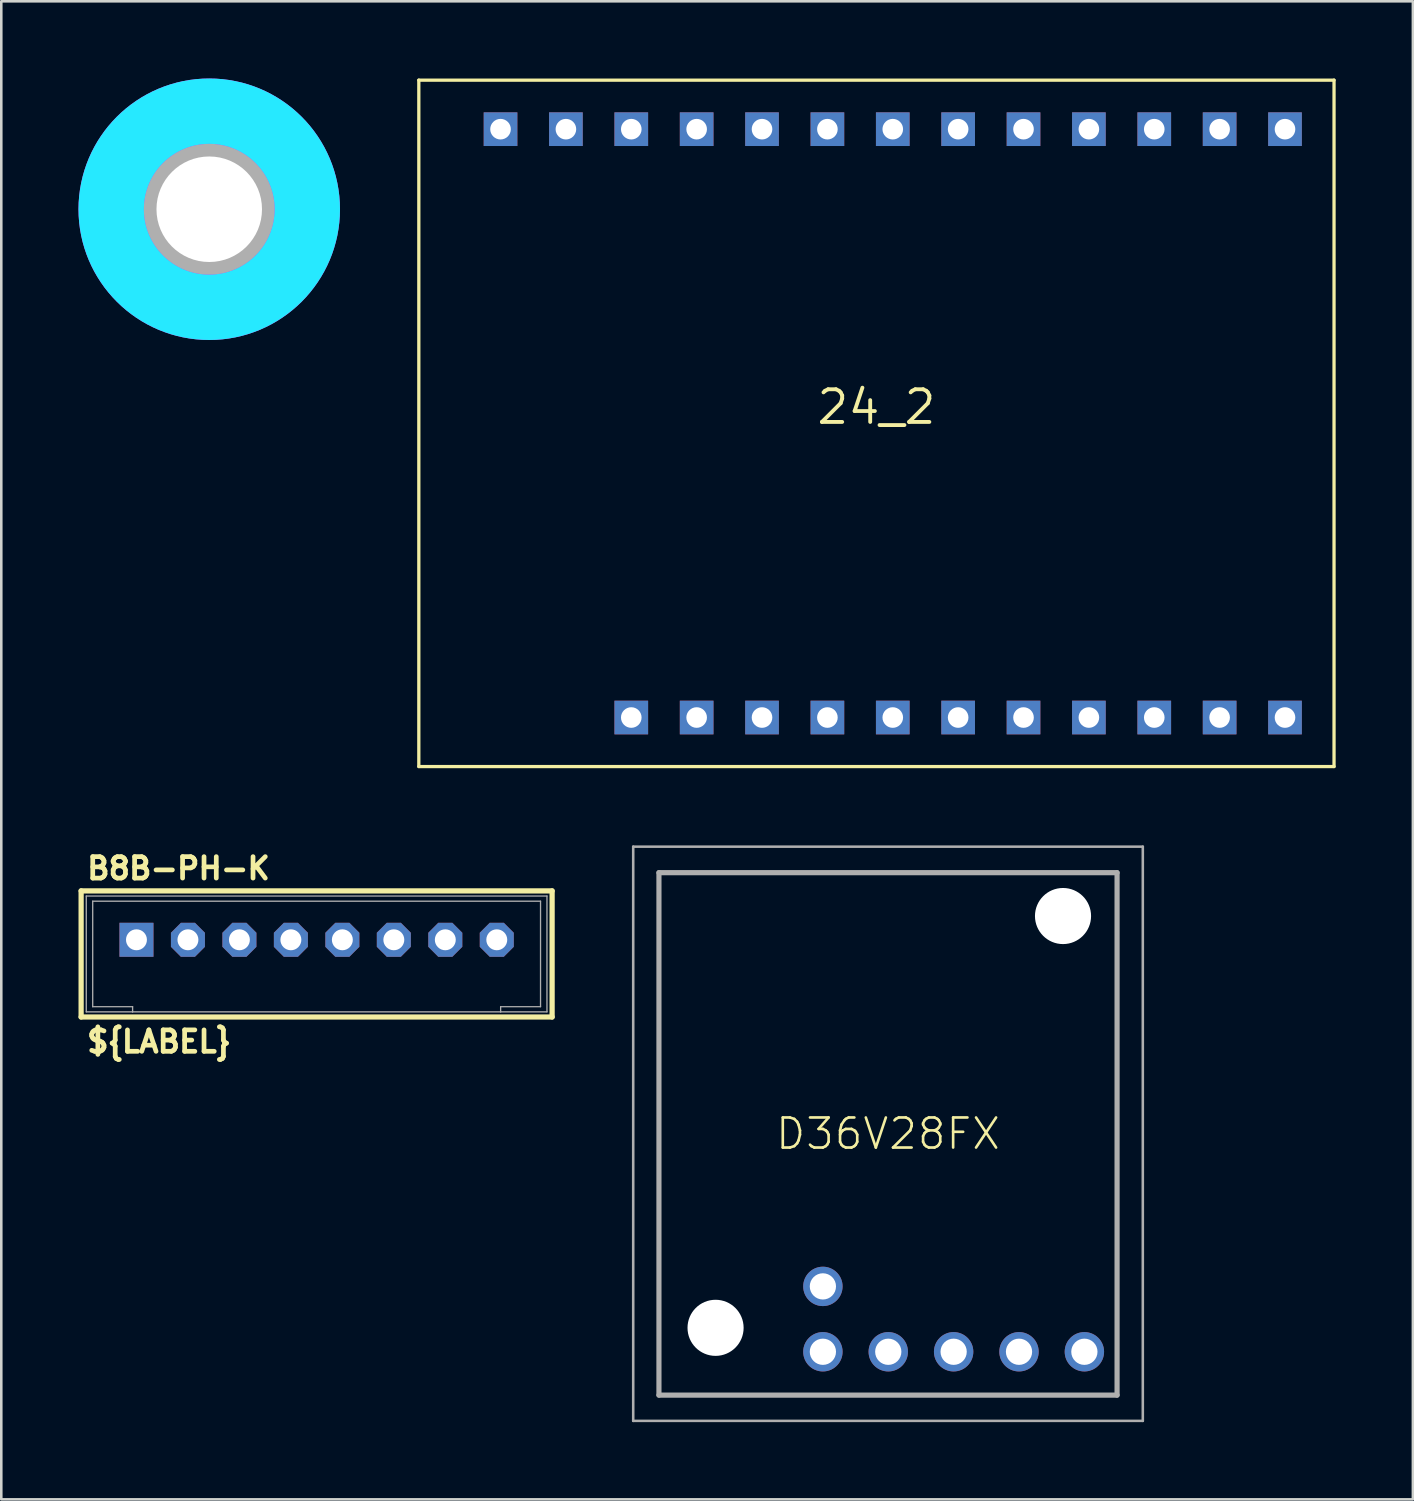
<source format=kicad_pcb>
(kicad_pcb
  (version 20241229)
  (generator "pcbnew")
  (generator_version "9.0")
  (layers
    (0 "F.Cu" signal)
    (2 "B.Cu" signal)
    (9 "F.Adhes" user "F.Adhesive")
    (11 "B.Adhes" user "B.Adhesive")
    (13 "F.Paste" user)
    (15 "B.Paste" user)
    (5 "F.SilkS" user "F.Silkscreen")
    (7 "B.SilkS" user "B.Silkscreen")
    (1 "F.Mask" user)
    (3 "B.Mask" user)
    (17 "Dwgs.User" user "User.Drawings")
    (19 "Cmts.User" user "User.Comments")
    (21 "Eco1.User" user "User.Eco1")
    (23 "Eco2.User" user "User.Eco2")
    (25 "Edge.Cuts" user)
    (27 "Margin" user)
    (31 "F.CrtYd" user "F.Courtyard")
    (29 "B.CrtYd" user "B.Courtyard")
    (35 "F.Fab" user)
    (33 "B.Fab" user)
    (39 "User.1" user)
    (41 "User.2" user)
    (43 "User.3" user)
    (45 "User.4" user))
  (footprint "4,1"
    (layer "F.Cu")
    (at 5.08 5.08)
    (property "Reference" "4,1" (at 0 0 0) (layer "F.SilkS") (effects (font (size 1.27 1.27) (thickness 0.15))))
    (fp_circle (center 0 0) (end 2.15 0) (stroke (width 0.152) (type solid)) (fill no) (layer "F.SilkS"))
    (fp_circle (center 0 0) (end 4.496 0) (stroke (width 0.152) (type solid)) (fill no) (layer "F.SilkS"))
    (fp_circle (center 0 0) (end 3.81 0) (stroke (width 2.54) (type solid)) (fill no) (layer "B.CrtYd"))
    (fp_circle (center 0 0) (end 3.81 0) (stroke (width 2.54) (type solid)) (fill no) (layer "F.CrtYd"))
    (fp_arc (start 0 -2.54) (mid 1.796051 -1.796051) (end 2.54 0) (stroke (width 3.9116) (type solid)) (layer "F.Fab"))
    (fp_arc (start 0 2.54) (mid -1.796051 1.796051) (end -2.54 0) (stroke (width 3.9116) (type solid)) (layer "F.Fab"))
    (fp_circle (center 0 0) (end 0.762 0) (stroke (width 0.457) (type solid)) (fill no) (layer "F.Fab"))
    (pad "" np_thru_hole circle (at 0 0) (size 4.1 4.1) (drill 4.1) (layers "*.Cu" "*.Mask"))
    (zone (net_name "") (layer "F.Cu") (hatch edge 0.5) (connect_pads) (min_thickness 0.25) (filled_areas_thickness no) (keepout (tracks not_allowed) (vias not_allowed) (pads not_allowed) (copperpour not_allowed) (footprints allowed)) (placement (enabled no)) (fill) (polygon (pts (xy 10.16 5.08) (xy 10.14 4.631) (xy 10.081 4.186) (xy 9.982 3.747) (xy 9.845 3.319) (xy 9.671 2.905) (xy 9.461 2.508) (xy 9.216 2.131) (xy 8.939 1.777) (xy 8.632 1.448) (xy 8.297 1.149) (xy 7.937 0.88) (xy 7.555 0.644) (xy 7.153 0.442) (xy 6.735 0.277) (xy 6.304 0.15) (xy 5.864 0.061) (xy 5.417 0.011) (xy 4.968 0.001) (xy 4.519 0.031) (xy 4.075 0.1) (xy 3.639 0.209) (xy 3.214 0.355) (xy 2.804 0.538) (xy 2.411 0.757) (xy 2.04 1.01) (xy 1.692 1.295) (xy 1.371 1.609) (xy 1.078 1.95) (xy 0.818 2.316) (xy 0.59 2.704) (xy 0.398 3.11) (xy 0.242 3.532) (xy 0.124 3.965) (xy 0.045 4.408) (xy 0.005 4.855) (xy 0.005 5.305) (xy 0.045 5.752) (xy 0.124 6.195) (xy 0.242 6.628) (xy 0.398 7.05) (xy 0.59 7.456) (xy 0.818 7.844) (xy 1.078 8.21) (xy 1.371 8.551) (xy 1.692 8.865) (xy 2.04 9.15) (xy 2.411 9.403) (xy 2.804 9.622) (xy 3.214 9.805) (xy 3.639 9.951) (xy 4.075 10.06) (xy 4.519 10.129) (xy 4.968 10.159) (xy 5.417 10.149) (xy 5.864 10.099) (xy 6.304 10.01) (xy 6.735 9.883) (xy 7.153 9.718) (xy 7.555 9.516) (xy 7.937 9.28) (xy 8.297 9.011) (xy 8.632 8.712) (xy 8.939 8.383) (xy 9.216 8.029) (xy 9.461 7.652) (xy 9.671 7.255) (xy 9.845 6.841) (xy 9.982 6.413) (xy 10.081 5.974) (xy 10.14 5.529))) (polygon (pts (xy 7.62 5.08) (xy 7.6 4.762) (xy 7.54 4.448) (xy 7.442 4.145) (xy 7.306 3.856) (xy 7.135 3.587) (xy 6.932 3.341) (xy 6.699 3.123) (xy 6.441 2.935) (xy 6.161 2.782) (xy 5.865 2.664) (xy 5.556 2.585) (xy 5.239 2.545) (xy 4.921 2.545) (xy 4.604 2.585) (xy 4.295 2.664) (xy 3.999 2.782) (xy 3.719 2.935) (xy 3.461 3.123) (xy 3.228 3.341) (xy 3.025 3.587) (xy 2.854 3.856) (xy 2.718 4.145) (xy 2.62 4.448) (xy 2.56 4.762) (xy 2.54 5.08) (xy 2.56 5.398) (xy 2.62 5.712) (xy 2.718 6.015) (xy 2.854 6.304) (xy 3.025 6.573) (xy 3.228 6.819) (xy 3.461 7.037) (xy 3.719 7.225) (xy 3.999 7.378) (xy 4.295 7.496) (xy 4.604 7.575) (xy 4.921 7.615) (xy 5.239 7.615) (xy 5.556 7.575) (xy 5.865 7.496) (xy 6.161 7.378) (xy 6.441 7.225) (xy 6.699 7.037) (xy 6.932 6.819) (xy 7.135 6.573) (xy 7.306 6.304) (xy 7.442 6.015) (xy 7.54 5.712) (xy 7.6 5.398))))
    (zone (net_name "") (layers "F.Cu" "B.Cu") (hatch edge 0.5) (connect_pads) (min_thickness 0.25) (filled_areas_thickness no) (keepout (tracks allowed) (vias not_allowed) (pads allowed) (copperpour allowed) (footprints allowed)) (placement (enabled no)) (fill) (polygon (pts (xy 10.16 5.08) (xy 10.14 4.631) (xy 10.081 4.186) (xy 9.982 3.747) (xy 9.845 3.319) (xy 9.671 2.905) (xy 9.461 2.508) (xy 9.216 2.131) (xy 8.939 1.777) (xy 8.632 1.448) (xy 8.297 1.149) (xy 7.937 0.88) (xy 7.555 0.644) (xy 7.153 0.442) (xy 6.735 0.277) (xy 6.304 0.15) (xy 5.864 0.061) (xy 5.417 0.011) (xy 4.968 0.001) (xy 4.519 0.031) (xy 4.075 0.1) (xy 3.639 0.209) (xy 3.214 0.355) (xy 2.804 0.538) (xy 2.411 0.757) (xy 2.04 1.01) (xy 1.692 1.295) (xy 1.371 1.609) (xy 1.078 1.95) (xy 0.818 2.316) (xy 0.59 2.704) (xy 0.398 3.11) (xy 0.242 3.532) (xy 0.124 3.965) (xy 0.045 4.408) (xy 0.005 4.855) (xy 0.005 5.305) (xy 0.045 5.752) (xy 0.124 6.195) (xy 0.242 6.628) (xy 0.398 7.05) (xy 0.59 7.456) (xy 0.818 7.844) (xy 1.078 8.21) (xy 1.371 8.551) (xy 1.692 8.865) (xy 2.04 9.15) (xy 2.411 9.403) (xy 2.804 9.622) (xy 3.214 9.805) (xy 3.639 9.951) (xy 4.075 10.06) (xy 4.519 10.129) (xy 4.968 10.159) (xy 5.417 10.149) (xy 5.864 10.099) (xy 6.304 10.01) (xy 6.735 9.883) (xy 7.153 9.718) (xy 7.555 9.516) (xy 7.937 9.28) (xy 8.297 9.011) (xy 8.632 8.712) (xy 8.939 8.383) (xy 9.216 8.029) (xy 9.461 7.652) (xy 9.671 7.255) (xy 9.845 6.841) (xy 9.982 6.413) (xy 10.081 5.974) (xy 10.14 5.529))) (polygon (pts (xy 7.62 5.08) (xy 7.6 4.762) (xy 7.54 4.448) (xy 7.442 4.145) (xy 7.306 3.856) (xy 7.135 3.587) (xy 6.932 3.341) (xy 6.699 3.123) (xy 6.441 2.935) (xy 6.161 2.782) (xy 5.865 2.664) (xy 5.556 2.585) (xy 5.239 2.545) (xy 4.921 2.545) (xy 4.604 2.585) (xy 4.295 2.664) (xy 3.999 2.782) (xy 3.719 2.935) (xy 3.461 3.123) (xy 3.228 3.341) (xy 3.025 3.587) (xy 2.854 3.856) (xy 2.718 4.145) (xy 2.62 4.448) (xy 2.56 4.762) (xy 2.54 5.08) (xy 2.56 5.398) (xy 2.62 5.712) (xy 2.718 6.015) (xy 2.854 6.304) (xy 3.025 6.573) (xy 3.228 6.819) (xy 3.461 7.037) (xy 3.719 7.225) (xy 3.999 7.378) (xy 4.295 7.496) (xy 4.604 7.575) (xy 4.921 7.615) (xy 5.239 7.615) (xy 5.556 7.575) (xy 5.865 7.496) (xy 6.161 7.378) (xy 6.441 7.225) (xy 6.699 7.037) (xy 6.932 6.819) (xy 7.135 6.573) (xy 7.306 6.304) (xy 7.442 6.015) (xy 7.54 5.712) (xy 7.6 5.398))))
    (zone (net_name "") (layer "B.Cu") (hatch edge 0.5) (connect_pads) (min_thickness 0.25) (filled_areas_thickness no) (keepout (tracks not_allowed) (vias not_allowed) (pads not_allowed) (copperpour not_allowed) (footprints allowed)) (placement (enabled no)) (fill) (polygon (pts (xy 10.16 5.08) (xy 10.14 4.631) (xy 10.081 4.186) (xy 9.982 3.747) (xy 9.845 3.319) (xy 9.671 2.905) (xy 9.461 2.508) (xy 9.216 2.131) (xy 8.939 1.777) (xy 8.632 1.448) (xy 8.297 1.149) (xy 7.937 0.88) (xy 7.555 0.644) (xy 7.153 0.442) (xy 6.735 0.277) (xy 6.304 0.15) (xy 5.864 0.061) (xy 5.417 0.011) (xy 4.968 0.001) (xy 4.519 0.031) (xy 4.075 0.1) (xy 3.639 0.209) (xy 3.214 0.355) (xy 2.804 0.538) (xy 2.411 0.757) (xy 2.04 1.01) (xy 1.692 1.295) (xy 1.371 1.609) (xy 1.078 1.95) (xy 0.818 2.316) (xy 0.59 2.704) (xy 0.398 3.11) (xy 0.242 3.532) (xy 0.124 3.965) (xy 0.045 4.408) (xy 0.005 4.855) (xy 0.005 5.305) (xy 0.045 5.752) (xy 0.124 6.195) (xy 0.242 6.628) (xy 0.398 7.05) (xy 0.59 7.456) (xy 0.818 7.844) (xy 1.078 8.21) (xy 1.371 8.551) (xy 1.692 8.865) (xy 2.04 9.15) (xy 2.411 9.403) (xy 2.804 9.622) (xy 3.214 9.805) (xy 3.639 9.951) (xy 4.075 10.06) (xy 4.519 10.129) (xy 4.968 10.159) (xy 5.417 10.149) (xy 5.864 10.099) (xy 6.304 10.01) (xy 6.735 9.883) (xy 7.153 9.718) (xy 7.555 9.516) (xy 7.937 9.28) (xy 8.297 9.011) (xy 8.632 8.712) (xy 8.939 8.383) (xy 9.216 8.029) (xy 9.461 7.652) (xy 9.671 7.255) (xy 9.845 6.841) (xy 9.982 6.413) (xy 10.081 5.974) (xy 10.14 5.529))) (polygon (pts (xy 7.62 5.08) (xy 7.6 4.762) (xy 7.54 4.448) (xy 7.442 4.145) (xy 7.306 3.856) (xy 7.135 3.587) (xy 6.932 3.341) (xy 6.699 3.123) (xy 6.441 2.935) (xy 6.161 2.782) (xy 5.865 2.664) (xy 5.556 2.585) (xy 5.239 2.545) (xy 4.921 2.545) (xy 4.604 2.585) (xy 4.295 2.664) (xy 3.999 2.782) (xy 3.719 2.935) (xy 3.461 3.123) (xy 3.228 3.341) (xy 3.025 3.587) (xy 2.854 3.856) (xy 2.718 4.145) (xy 2.62 4.448) (xy 2.56 4.762) (xy 2.54 5.08) (xy 2.56 5.398) (xy 2.62 5.712) (xy 2.718 6.015) (xy 2.854 6.304) (xy 3.025 6.573) (xy 3.228 6.819) (xy 3.461 7.037) (xy 3.719 7.225) (xy 3.999 7.378) (xy 4.295 7.496) (xy 4.604 7.575) (xy 4.921 7.615) (xy 5.239 7.615) (xy 5.556 7.575) (xy 5.865 7.496) (xy 6.161 7.378) (xy 6.441 7.225) (xy 6.699 7.037) (xy 6.932 6.819) (xy 7.135 6.573) (xy 7.306 6.304) (xy 7.442 6.015) (xy 7.54 5.712) (xy 7.6 5.398)))))
  (footprint "D36V28FX"
    (layer "F.Cu")
    (at 28.923 46.932)
    (property "Reference" "D36V28FX" (at 2.53 -5.93 0) (layer "F.SilkS") (effects (font (size 1.168 1.168) (thickness 0.102))))
    (fp_line (start -6.37 -16.085) (end 11.43 -16.085) (stroke (width 0.1) (type solid)) (layer "F.SilkS"))
    (fp_line (start -6.37 4.225) (end -6.37 -16.085) (stroke (width 0.1) (type solid)) (layer "F.SilkS"))
    (fp_line (start 11.43 -16.085) (end 11.43 4.225) (stroke (width 0.1) (type solid)) (layer "F.SilkS"))
    (fp_line (start 11.43 4.225) (end -6.37 4.225) (stroke (width 0.1) (type solid)) (layer "F.SilkS"))
    (fp_line (start -7.37 -17.085) (end 12.43 -17.085) (stroke (width 0.1) (type solid)) (layer "F.Fab"))
    (fp_line (start -7.37 5.225) (end -7.37 -17.085) (stroke (width 0.1) (type solid)) (layer "F.Fab"))
    (fp_line (start -6.37 -16.075) (end 11.43 -16.075) (stroke (width 0.2) (type solid)) (layer "F.Fab"))
    (fp_line (start -6.37 4.225) (end -6.37 -16.075) (stroke (width 0.2) (type solid)) (layer "F.Fab"))
    (fp_line (start 11.43 -16.075) (end 11.43 4.225) (stroke (width 0.2) (type solid)) (layer "F.Fab"))
    (fp_line (start 11.43 4.225) (end -6.37 4.225) (stroke (width 0.2) (type solid)) (layer "F.Fab"))
    (fp_line (start 12.43 -17.085) (end 12.43 5.225) (stroke (width 0.1) (type solid)) (layer "F.Fab"))
    (fp_line (start 12.43 5.225) (end -7.37 5.225) (stroke (width 0.1) (type solid)) (layer "F.Fab"))
    (pad "" np_thru_hole circle (at -4.17 1.61) (size 2.18 2.18) (drill 2.18) (layers "*.Cu" "*.Mask"))
    (pad "" np_thru_hole circle (at 9.33 -14.39) (size 2.18 2.18) (drill 2.18) (layers "*.Cu" "*.Mask"))
    (pad "1" thru_hole circle (at 0 0) (size 1.53 1.53) (drill 1.02) (layers "*.Cu" "*.Mask"))
    (pad "2" thru_hole circle (at 0 2.54) (size 1.53 1.53) (drill 1.02) (layers "*.Cu" "*.Mask"))
    (pad "3" thru_hole circle (at 2.54 2.54) (size 1.53 1.53) (drill 1.02) (layers "*.Cu" "*.Mask"))
    (pad "4" thru_hole circle (at 5.08 2.54) (size 1.53 1.53) (drill 1.02) (layers "*.Cu" "*.Mask"))
    (pad "5" thru_hole circle (at 7.62 2.54) (size 1.53 1.53) (drill 1.02) (layers "*.Cu" "*.Mask"))
    (pad "6" thru_hole circle (at 10.16 2.54) (size 1.53 1.53) (drill 1.02) (layers "*.Cu" "*.Mask")))
  (footprint "24_2"
    (layer "F.Cu")
    (at 31.003 12.764)
    (property "Reference" "24_2" (at 0 0 0) (layer "F.SilkS") (effects (font (size 1.27 1.27) (thickness 0.15))))
    (fp_line (start -17.78 -12.7) (end -17.78 13.97) (stroke (width 0.127) (type solid)) (layer "F.SilkS"))
    (fp_line (start -17.78 13.97) (end 17.78 13.97) (stroke (width 0.127) (type solid)) (layer "F.SilkS"))
    (fp_line (start 17.78 -12.7) (end -17.78 -12.7) (stroke (width 0.127) (type solid)) (layer "F.SilkS"))
    (fp_line (start 17.78 13.97) (end 17.78 -12.7) (stroke (width 0.127) (type solid)) (layer "F.SilkS"))
    (pad "P1" thru_hole rect (at 15.875 -10.795) (size 1.308 1.308) (drill 0.8) (layers "*.Cu" "*.Mask"))
    (pad "P2" thru_hole rect (at 13.335 -10.795) (size 1.308 1.308) (drill 0.8) (layers "*.Cu" "*.Mask"))
    (pad "P3" thru_hole rect (at 10.795 -10.795) (size 1.308 1.308) (drill 0.8) (layers "*.Cu" "*.Mask"))
    (pad "P4" thru_hole rect (at 8.255 -10.795) (size 1.308 1.308) (drill 0.8) (layers "*.Cu" "*.Mask"))
    (pad "P5" thru_hole rect (at 5.715 -10.795) (size 1.308 1.308) (drill 0.8) (layers "*.Cu" "*.Mask"))
    (pad "P6" thru_hole rect (at 3.175 -10.795) (size 1.308 1.308) (drill 0.8) (layers "*.Cu" "*.Mask"))
    (pad "P7" thru_hole rect (at 0.635 -10.795) (size 1.308 1.308) (drill 0.8) (layers "*.Cu" "*.Mask"))
    (pad "P8" thru_hole rect (at -1.905 -10.795) (size 1.308 1.308) (drill 0.8) (layers "*.Cu" "*.Mask"))
    (pad "P9" thru_hole rect (at -4.445 -10.795) (size 1.308 1.308) (drill 0.8) (layers "*.Cu" "*.Mask"))
    (pad "P10" thru_hole rect (at -6.985 -10.795) (size 1.308 1.308) (drill 0.8) (layers "*.Cu" "*.Mask"))
    (pad "P11" thru_hole rect (at -9.525 -10.795) (size 1.308 1.308) (drill 0.8) (layers "*.Cu" "*.Mask"))
    (pad "P12" thru_hole rect (at -12.065 -10.795) (size 1.308 1.308) (drill 0.8) (layers "*.Cu" "*.Mask"))
    (pad "P13" thru_hole rect (at -14.605 -10.795) (size 1.308 1.308) (drill 0.8) (layers "*.Cu" "*.Mask"))
    (pad "P14" thru_hole rect (at -9.525 12.065) (size 1.308 1.308) (drill 0.8) (layers "*.Cu" "*.Mask"))
    (pad "P15" thru_hole rect (at -6.985 12.065) (size 1.308 1.308) (drill 0.8) (layers "*.Cu" "*.Mask"))
    (pad "P16" thru_hole rect (at -4.445 12.065) (size 1.308 1.308) (drill 0.8) (layers "*.Cu" "*.Mask"))
    (pad "P17" thru_hole rect (at -1.905 12.065) (size 1.308 1.308) (drill 0.8) (layers "*.Cu" "*.Mask"))
    (pad "P18" thru_hole rect (at 0.635 12.065) (size 1.308 1.308) (drill 0.8) (layers "*.Cu" "*.Mask"))
    (pad "P19" thru_hole rect (at 3.175 12.065) (size 1.308 1.308) (drill 0.8) (layers "*.Cu" "*.Mask"))
    (pad "P20" thru_hole rect (at 5.715 12.065) (size 1.308 1.308) (drill 0.8) (layers "*.Cu" "*.Mask"))
    (pad "P21" thru_hole rect (at 8.255 12.065) (size 1.308 1.308) (drill 0.8) (layers "*.Cu" "*.Mask"))
    (pad "P22" thru_hole rect (at 10.795 12.065) (size 1.308 1.308) (drill 0.8) (layers "*.Cu" "*.Mask"))
    (pad "P23" thru_hole rect (at 13.335 12.065) (size 1.308 1.308) (drill 0.8) (layers "*.Cu" "*.Mask"))
    (pad "P24" thru_hole rect (at 15.875 12.065) (size 1.308 1.308) (drill 0.8) (layers "*.Cu" "*.Mask")))
  (footprint "B8B-PH-K"
    (layer "F.Cu")
    (at 9.252 33.465)
    (property "Reference" "B8B-PH-K" (at -9.017 -2.286 0) (layer "F.SilkS") (effects (font (size 0.833 0.833) (thickness 0.183)) (justify left bottom)))
    (fp_line (start -9.15 -1.9) (end 9.15 -1.9) (stroke (width 0.203) (type solid)) (layer "F.SilkS"))
    (fp_line (start -9.15 3) (end -9.15 -1.9) (stroke (width 0.203) (type solid)) (layer "F.SilkS"))
    (fp_line (start 9.15 -1.9) (end 9.15 3) (stroke (width 0.203) (type solid)) (layer "F.SilkS"))
    (fp_line (start 9.15 3) (end -9.15 3) (stroke (width 0.203) (type solid)) (layer "F.SilkS"))
    (fp_line (start -8.95 -1.7) (end 8.95 -1.7) (stroke (width 0.051) (type solid)) (layer "F.Fab"))
    (fp_line (start -8.95 2.8) (end -8.95 -1.7) (stroke (width 0.051) (type solid)) (layer "F.Fab"))
    (fp_line (start -8.7 2.6) (end -8.7 -1.5) (stroke (width 0.051) (type solid)) (layer "F.Fab"))
    (fp_line (start -7.15 2.6) (end -8.7 2.6) (stroke (width 0.051) (type solid)) (layer "F.Fab"))
    (fp_line (start -7.15 2.8) (end -8.95 2.8) (stroke (width 0.051) (type solid)) (layer "F.Fab"))
    (fp_line (start -7.15 2.8) (end -7.15 2.6) (stroke (width 0.051) (type solid)) (layer "F.Fab"))
    (fp_line (start 7.15 2.8) (end -7.15 2.8) (stroke (width 0.051) (type solid)) (layer "F.Fab"))
    (fp_line (start 7.15 2.8) (end 7.15 2.6) (stroke (width 0.051) (type solid)) (layer "F.Fab"))
    (fp_line (start 8.7 -1.5) (end -8.7 -1.5) (stroke (width 0.051) (type solid)) (layer "F.Fab"))
    (fp_line (start 8.7 2.6) (end 7.15 2.6) (stroke (width 0.051) (type solid)) (layer "F.Fab"))
    (fp_line (start 8.7 2.6) (end 8.7 -1.5) (stroke (width 0.051) (type solid)) (layer "F.Fab"))
    (fp_line (start 8.95 -1.7) (end 8.95 2.8) (stroke (width 0.051) (type solid)) (layer "F.Fab"))
    (fp_line (start 8.95 2.8) (end 7.15 2.8) (stroke (width 0.051) (type solid)) (layer "F.Fab"))
    (fp_text user "${LABEL}" (at -9.017 4.445 0) (layer "F.SilkS") (effects (font (size 0.833 0.833) (thickness 0.183)) (justify left bottom)))
    (pad "1" thru_hole rect (at -7 0 90) (size 1.321 1.321) (drill 0.813) (layers "*.Cu" "*.Mask"))
    (pad "2" thru_hole roundrect (at -5 0 90) (size 1.321 1.321) (drill 0.813) (layers "*.Cu" "*.Mask") (roundrect_rratio 0.25) (chamfer_ratio 0.293) (chamfer top_left top_right bottom_left bottom_right))
    (pad "3" thru_hole roundrect (at -3 0 90) (size 1.321 1.321) (drill 0.813) (layers "*.Cu" "*.Mask") (roundrect_rratio 0.25) (chamfer_ratio 0.293) (chamfer top_left top_right bottom_left bottom_right))
    (pad "4" thru_hole roundrect (at -1 0 90) (size 1.321 1.321) (drill 0.813) (layers "*.Cu" "*.Mask") (roundrect_rratio 0.25) (chamfer_ratio 0.293) (chamfer top_left top_right bottom_left bottom_right))
    (pad "5" thru_hole roundrect (at 1 0 90) (size 1.321 1.321) (drill 0.813) (layers "*.Cu" "*.Mask") (roundrect_rratio 0.25) (chamfer_ratio 0.293) (chamfer top_left top_right bottom_left bottom_right))
    (pad "6" thru_hole roundrect (at 3 0 90) (size 1.321 1.321) (drill 0.813) (layers "*.Cu" "*.Mask") (roundrect_rratio 0.25) (chamfer_ratio 0.293) (chamfer top_left top_right bottom_left bottom_right))
    (pad "7" thru_hole roundrect (at 5 0 90) (size 1.321 1.321) (drill 0.813) (layers "*.Cu" "*.Mask") (roundrect_rratio 0.25) (chamfer_ratio 0.293) (chamfer top_left top_right bottom_left bottom_right))
    (pad "8" thru_hole roundrect (at 7 0 90) (size 1.321 1.321) (drill 0.813) (layers "*.Cu" "*.Mask") (roundrect_rratio 0.25) (chamfer_ratio 0.293) (chamfer top_left top_right bottom_left bottom_right)))
  (gr_rect
    (start -3 -3)
    (end 51.847 55.207)
    (stroke (width 0.1) (type default))
    (fill no)
    (layer "Edge.Cuts")))
</source>
